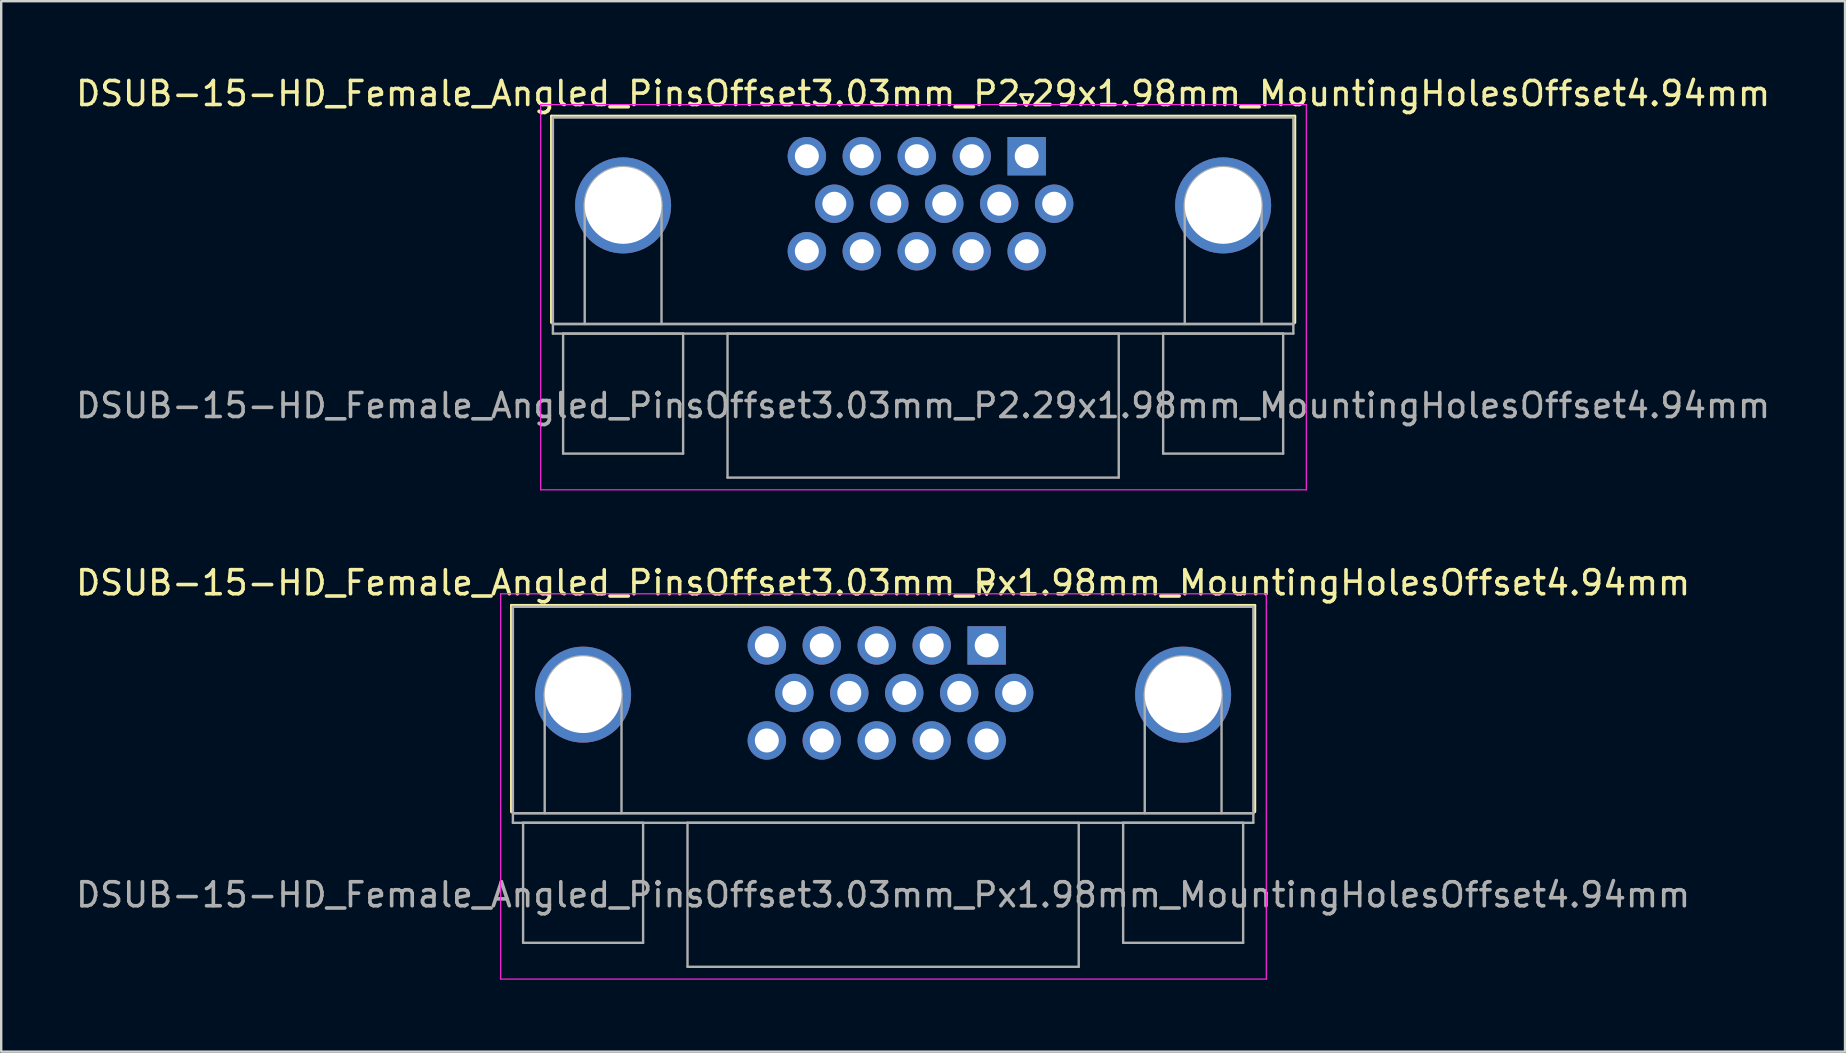
<source format=kicad_pcb>
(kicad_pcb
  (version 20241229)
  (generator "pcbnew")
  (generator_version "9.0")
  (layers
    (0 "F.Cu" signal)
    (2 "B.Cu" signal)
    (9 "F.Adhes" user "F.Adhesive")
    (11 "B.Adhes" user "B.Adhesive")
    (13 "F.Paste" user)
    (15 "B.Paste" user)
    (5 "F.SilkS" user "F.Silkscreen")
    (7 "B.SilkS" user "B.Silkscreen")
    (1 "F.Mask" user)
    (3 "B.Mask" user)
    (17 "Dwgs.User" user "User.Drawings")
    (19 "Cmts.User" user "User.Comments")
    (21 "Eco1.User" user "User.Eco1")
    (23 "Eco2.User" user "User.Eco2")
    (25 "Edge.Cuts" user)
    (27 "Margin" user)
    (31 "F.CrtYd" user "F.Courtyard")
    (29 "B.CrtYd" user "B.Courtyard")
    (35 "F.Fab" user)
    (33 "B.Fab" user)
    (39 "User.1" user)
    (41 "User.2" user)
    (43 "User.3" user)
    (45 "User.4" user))
  (footprint "DSUB-15-HD_Female_Angled_PinsOffset3.03mm_P2.29x1.98mm_MountingHolesOffset4.94mm"
    (layer "F.Cu")
    (at 39.726 3.458)
    (property "Reference" "DSUB-15-HD_Female_Angled_PinsOffset3.03mm_P2.29x1.98mm_MountingHolesOffset4.94mm" (at -4.315 -2.61 0) (layer "F.SilkS") (effects (font (size 1 1) (thickness 0.15))))
    (attr through_hole)
    (fp_line (start -19.8 -1.67) (end 11.17 -1.67) (stroke (width 0.12) (type solid)) (layer "F.SilkS"))
    (fp_line (start -19.8 6.93) (end -19.8 -1.67) (stroke (width 0.12) (type solid)) (layer "F.SilkS"))
    (fp_line (start -0.25 -2.564) (end 0.25 -2.564) (stroke (width 0.12) (type solid)) (layer "F.SilkS"))
    (fp_line (start 0 -2.131) (end -0.25 -2.564) (stroke (width 0.12) (type solid)) (layer "F.SilkS"))
    (fp_line (start 0.25 -2.564) (end 0 -2.131) (stroke (width 0.12) (type solid)) (layer "F.SilkS"))
    (fp_line (start 11.17 -1.67) (end 11.17 6.93) (stroke (width 0.12) (type solid)) (layer "F.SilkS"))
    (fp_line (start -20.25 -2.15) (end -20.25 13.9) (stroke (width 0.05) (type solid)) (layer "F.CrtYd"))
    (fp_line (start -20.25 13.9) (end 11.65 13.9) (stroke (width 0.05) (type solid)) (layer "F.CrtYd"))
    (fp_line (start 11.65 -2.15) (end -20.25 -2.15) (stroke (width 0.05) (type solid)) (layer "F.CrtYd"))
    (fp_line (start 11.65 13.9) (end 11.65 -2.15) (stroke (width 0.05) (type solid)) (layer "F.CrtYd"))
    (fp_line (start -19.74 -1.61) (end -19.74 6.99) (stroke (width 0.1) (type solid)) (layer "F.Fab"))
    (fp_line (start -19.74 6.99) (end -19.74 7.39) (stroke (width 0.1) (type solid)) (layer "F.Fab"))
    (fp_line (start -19.74 6.99) (end 11.11 6.99) (stroke (width 0.1) (type solid)) (layer "F.Fab"))
    (fp_line (start -19.74 7.39) (end 11.11 7.39) (stroke (width 0.1) (type solid)) (layer "F.Fab"))
    (fp_line (start -19.315 7.39) (end -19.315 12.39) (stroke (width 0.1) (type solid)) (layer "F.Fab"))
    (fp_line (start -19.315 12.39) (end -14.315 12.39) (stroke (width 0.1) (type solid)) (layer "F.Fab"))
    (fp_line (start -18.415 6.99) (end -18.415 2.05) (stroke (width 0.1) (type solid)) (layer "F.Fab"))
    (fp_line (start -15.215 6.99) (end -15.215 2.05) (stroke (width 0.1) (type solid)) (layer "F.Fab"))
    (fp_line (start -14.315 7.39) (end -19.315 7.39) (stroke (width 0.1) (type solid)) (layer "F.Fab"))
    (fp_line (start -14.315 12.39) (end -14.315 7.39) (stroke (width 0.1) (type solid)) (layer "F.Fab"))
    (fp_line (start -12.465 7.39) (end -12.465 13.39) (stroke (width 0.1) (type solid)) (layer "F.Fab"))
    (fp_line (start -12.465 13.39) (end 3.835 13.39) (stroke (width 0.1) (type solid)) (layer "F.Fab"))
    (fp_line (start 3.835 7.39) (end -12.465 7.39) (stroke (width 0.1) (type solid)) (layer "F.Fab"))
    (fp_line (start 3.835 13.39) (end 3.835 7.39) (stroke (width 0.1) (type solid)) (layer "F.Fab"))
    (fp_line (start 5.685 7.39) (end 5.685 12.39) (stroke (width 0.1) (type solid)) (layer "F.Fab"))
    (fp_line (start 5.685 12.39) (end 10.685 12.39) (stroke (width 0.1) (type solid)) (layer "F.Fab"))
    (fp_line (start 6.585 6.99) (end 6.585 2.05) (stroke (width 0.1) (type solid)) (layer "F.Fab"))
    (fp_line (start 9.785 6.99) (end 9.785 2.05) (stroke (width 0.1) (type solid)) (layer "F.Fab"))
    (fp_line (start 10.685 7.39) (end 5.685 7.39) (stroke (width 0.1) (type solid)) (layer "F.Fab"))
    (fp_line (start 10.685 12.39) (end 10.685 7.39) (stroke (width 0.1) (type solid)) (layer "F.Fab"))
    (fp_line (start 11.11 -1.61) (end -19.74 -1.61) (stroke (width 0.1) (type solid)) (layer "F.Fab"))
    (fp_line (start 11.11 6.99) (end -19.74 6.99) (stroke (width 0.1) (type solid)) (layer "F.Fab"))
    (fp_line (start 11.11 6.99) (end 11.11 -1.61) (stroke (width 0.1) (type solid)) (layer "F.Fab"))
    (fp_line (start 11.11 7.39) (end 11.11 6.99) (stroke (width 0.1) (type solid)) (layer "F.Fab"))
    (fp_arc (start -18.415 2.05) (mid -16.815 0.45) (end -15.215 2.05) (stroke (width 0.1) (type solid)) (layer "F.Fab"))
    (fp_arc (start 6.585 2.05) (mid 8.185 0.45) (end 9.785 2.05) (stroke (width 0.1) (type solid)) (layer "F.Fab"))
    (fp_text user "${REFERENCE}" (at -4.315 10.39 0) (layer "F.Fab") (effects (font (size 1 1) (thickness 0.15))))
    (pad "0" thru_hole circle (at -16.815 2.05) (size 4 4) (drill 3.2) (layers "*.Cu" "*.Mask"))
    (pad "0" thru_hole circle (at 8.185 2.05) (size 4 4) (drill 3.2) (layers "*.Cu" "*.Mask"))
    (pad "1" thru_hole rect (at 0 0) (size 1.6 1.6) (drill 1) (layers "*.Cu" "*.Mask"))
    (pad "2" thru_hole circle (at -2.29 0) (size 1.6 1.6) (drill 1) (layers "*.Cu" "*.Mask"))
    (pad "3" thru_hole circle (at -4.58 0) (size 1.6 1.6) (drill 1) (layers "*.Cu" "*.Mask"))
    (pad "4" thru_hole circle (at -6.87 0) (size 1.6 1.6) (drill 1) (layers "*.Cu" "*.Mask"))
    (pad "5" thru_hole circle (at -9.16 0) (size 1.6 1.6) (drill 1) (layers "*.Cu" "*.Mask"))
    (pad "6" thru_hole circle (at 1.145 1.98) (size 1.6 1.6) (drill 1) (layers "*.Cu" "*.Mask"))
    (pad "7" thru_hole circle (at -1.145 1.98) (size 1.6 1.6) (drill 1) (layers "*.Cu" "*.Mask"))
    (pad "8" thru_hole circle (at -3.435 1.98) (size 1.6 1.6) (drill 1) (layers "*.Cu" "*.Mask"))
    (pad "9" thru_hole circle (at -5.725 1.98) (size 1.6 1.6) (drill 1) (layers "*.Cu" "*.Mask"))
    (pad "10" thru_hole circle (at -8.015 1.98) (size 1.6 1.6) (drill 1) (layers "*.Cu" "*.Mask"))
    (pad "11" thru_hole circle (at 0 3.96) (size 1.6 1.6) (drill 1) (layers "*.Cu" "*.Mask"))
    (pad "12" thru_hole circle (at -2.29 3.96) (size 1.6 1.6) (drill 1) (layers "*.Cu" "*.Mask"))
    (pad "13" thru_hole circle (at -4.58 3.96) (size 1.6 1.6) (drill 1) (layers "*.Cu" "*.Mask"))
    (pad "14" thru_hole circle (at -6.87 3.96) (size 1.6 1.6) (drill 1) (layers "*.Cu" "*.Mask"))
    (pad "15" thru_hole circle (at -9.16 3.96) (size 1.6 1.6) (drill 1) (layers "*.Cu" "*.Mask")))
  (footprint "DSUB-15-HD_Female_Angled_PinsOffset3.03mm_Px1.98mm_MountingHolesOffset4.94mm"
    (layer "F.Cu")
    (at 38.059 23.841)
    (property "Reference" "DSUB-15-HD_Female_Angled_PinsOffset3.03mm_Px1.98mm_MountingHolesOffset4.94mm" (at -4.315 -2.61 0) (layer "F.SilkS") (effects (font (size 1 1) (thickness 0.15))))
    (attr through_hole)
    (fp_line (start -19.8 -1.67) (end 11.17 -1.67) (stroke (width 0.12) (type solid)) (layer "F.SilkS"))
    (fp_line (start -19.8 6.93) (end -19.8 -1.67) (stroke (width 0.12) (type solid)) (layer "F.SilkS"))
    (fp_line (start -0.25 -2.564) (end 0.25 -2.564) (stroke (width 0.12) (type solid)) (layer "F.SilkS"))
    (fp_line (start 0 -2.131) (end -0.25 -2.564) (stroke (width 0.12) (type solid)) (layer "F.SilkS"))
    (fp_line (start 0.25 -2.564) (end 0 -2.131) (stroke (width 0.12) (type solid)) (layer "F.SilkS"))
    (fp_line (start 11.17 -1.67) (end 11.17 6.93) (stroke (width 0.12) (type solid)) (layer "F.SilkS"))
    (fp_line (start -20.25 -2.15) (end -20.25 13.9) (stroke (width 0.05) (type solid)) (layer "F.CrtYd"))
    (fp_line (start -20.25 13.9) (end 11.65 13.9) (stroke (width 0.05) (type solid)) (layer "F.CrtYd"))
    (fp_line (start 11.65 -2.15) (end -20.25 -2.15) (stroke (width 0.05) (type solid)) (layer "F.CrtYd"))
    (fp_line (start 11.65 13.9) (end 11.65 -2.15) (stroke (width 0.05) (type solid)) (layer "F.CrtYd"))
    (fp_line (start -19.74 -1.61) (end -19.74 6.99) (stroke (width 0.1) (type solid)) (layer "F.Fab"))
    (fp_line (start -19.74 6.99) (end -19.74 7.39) (stroke (width 0.1) (type solid)) (layer "F.Fab"))
    (fp_line (start -19.74 6.99) (end 11.11 6.99) (stroke (width 0.1) (type solid)) (layer "F.Fab"))
    (fp_line (start -19.74 7.39) (end 11.11 7.39) (stroke (width 0.1) (type solid)) (layer "F.Fab"))
    (fp_line (start -19.315 7.39) (end -19.315 12.39) (stroke (width 0.1) (type solid)) (layer "F.Fab"))
    (fp_line (start -19.315 12.39) (end -14.315 12.39) (stroke (width 0.1) (type solid)) (layer "F.Fab"))
    (fp_line (start -18.415 6.99) (end -18.415 2.05) (stroke (width 0.1) (type solid)) (layer "F.Fab"))
    (fp_line (start -15.215 6.99) (end -15.215 2.05) (stroke (width 0.1) (type solid)) (layer "F.Fab"))
    (fp_line (start -14.315 7.39) (end -19.315 7.39) (stroke (width 0.1) (type solid)) (layer "F.Fab"))
    (fp_line (start -14.315 12.39) (end -14.315 7.39) (stroke (width 0.1) (type solid)) (layer "F.Fab"))
    (fp_line (start -12.465 7.39) (end -12.465 13.39) (stroke (width 0.1) (type solid)) (layer "F.Fab"))
    (fp_line (start -12.465 13.39) (end 3.835 13.39) (stroke (width 0.1) (type solid)) (layer "F.Fab"))
    (fp_line (start 3.835 7.39) (end -12.465 7.39) (stroke (width 0.1) (type solid)) (layer "F.Fab"))
    (fp_line (start 3.835 13.39) (end 3.835 7.39) (stroke (width 0.1) (type solid)) (layer "F.Fab"))
    (fp_line (start 5.685 7.39) (end 5.685 12.39) (stroke (width 0.1) (type solid)) (layer "F.Fab"))
    (fp_line (start 5.685 12.39) (end 10.685 12.39) (stroke (width 0.1) (type solid)) (layer "F.Fab"))
    (fp_line (start 6.585 6.99) (end 6.585 2.05) (stroke (width 0.1) (type solid)) (layer "F.Fab"))
    (fp_line (start 9.785 6.99) (end 9.785 2.05) (stroke (width 0.1) (type solid)) (layer "F.Fab"))
    (fp_line (start 10.685 7.39) (end 5.685 7.39) (stroke (width 0.1) (type solid)) (layer "F.Fab"))
    (fp_line (start 10.685 12.39) (end 10.685 7.39) (stroke (width 0.1) (type solid)) (layer "F.Fab"))
    (fp_line (start 11.11 -1.61) (end -19.74 -1.61) (stroke (width 0.1) (type solid)) (layer "F.Fab"))
    (fp_line (start 11.11 6.99) (end -19.74 6.99) (stroke (width 0.1) (type solid)) (layer "F.Fab"))
    (fp_line (start 11.11 6.99) (end 11.11 -1.61) (stroke (width 0.1) (type solid)) (layer "F.Fab"))
    (fp_line (start 11.11 7.39) (end 11.11 6.99) (stroke (width 0.1) (type solid)) (layer "F.Fab"))
    (fp_arc (start -18.415 2.05) (mid -16.815 0.45) (end -15.215 2.05) (stroke (width 0.1) (type solid)) (layer "F.Fab"))
    (fp_arc (start 6.585 2.05) (mid 8.185 0.45) (end 9.785 2.05) (stroke (width 0.1) (type solid)) (layer "F.Fab"))
    (fp_text user "${REFERENCE}" (at -4.315 10.39 0) (layer "F.Fab") (effects (font (size 1 1) (thickness 0.15))))
    (pad "0" thru_hole circle (at -16.815 2.05) (size 4 4) (drill 3.2) (layers "*.Cu" "*.Mask"))
    (pad "0" thru_hole circle (at 8.185 2.05) (size 4 4) (drill 3.2) (layers "*.Cu" "*.Mask"))
    (pad "1" thru_hole rect (at 0 0) (size 1.6 1.6) (drill 1) (layers "*.Cu" "*.Mask"))
    (pad "2" thru_hole circle (at -2.29 0) (size 1.6 1.6) (drill 1) (layers "*.Cu" "*.Mask"))
    (pad "3" thru_hole circle (at -4.58 0) (size 1.6 1.6) (drill 1) (layers "*.Cu" "*.Mask"))
    (pad "4" thru_hole circle (at -6.87 0) (size 1.6 1.6) (drill 1) (layers "*.Cu" "*.Mask"))
    (pad "5" thru_hole circle (at -9.16 0) (size 1.6 1.6) (drill 1) (layers "*.Cu" "*.Mask"))
    (pad "6" thru_hole circle (at 1.145 1.98) (size 1.6 1.6) (drill 1) (layers "*.Cu" "*.Mask"))
    (pad "7" thru_hole circle (at -1.145 1.98) (size 1.6 1.6) (drill 1) (layers "*.Cu" "*.Mask"))
    (pad "8" thru_hole circle (at -3.435 1.98) (size 1.6 1.6) (drill 1) (layers "*.Cu" "*.Mask"))
    (pad "9" thru_hole circle (at -5.725 1.98) (size 1.6 1.6) (drill 1) (layers "*.Cu" "*.Mask"))
    (pad "10" thru_hole circle (at -8.015 1.98) (size 1.6 1.6) (drill 1) (layers "*.Cu" "*.Mask"))
    (pad "11" thru_hole circle (at 0 3.96) (size 1.6 1.6) (drill 1) (layers "*.Cu" "*.Mask"))
    (pad "12" thru_hole circle (at -2.29 3.96) (size 1.6 1.6) (drill 1) (layers "*.Cu" "*.Mask"))
    (pad "13" thru_hole circle (at -4.58 3.96) (size 1.6 1.6) (drill 1) (layers "*.Cu" "*.Mask"))
    (pad "14" thru_hole circle (at -6.87 3.96) (size 1.6 1.6) (drill 1) (layers "*.Cu" "*.Mask"))
    (pad "15" thru_hole circle (at -9.16 3.96) (size 1.6 1.6) (drill 1) (layers "*.Cu" "*.Mask")))
  (gr_rect
    (start -3 -3)
    (end 73.821 40.767)
    (stroke (width 0.1) (type default))
    (fill no)
    (layer "Edge.Cuts")))
</source>
